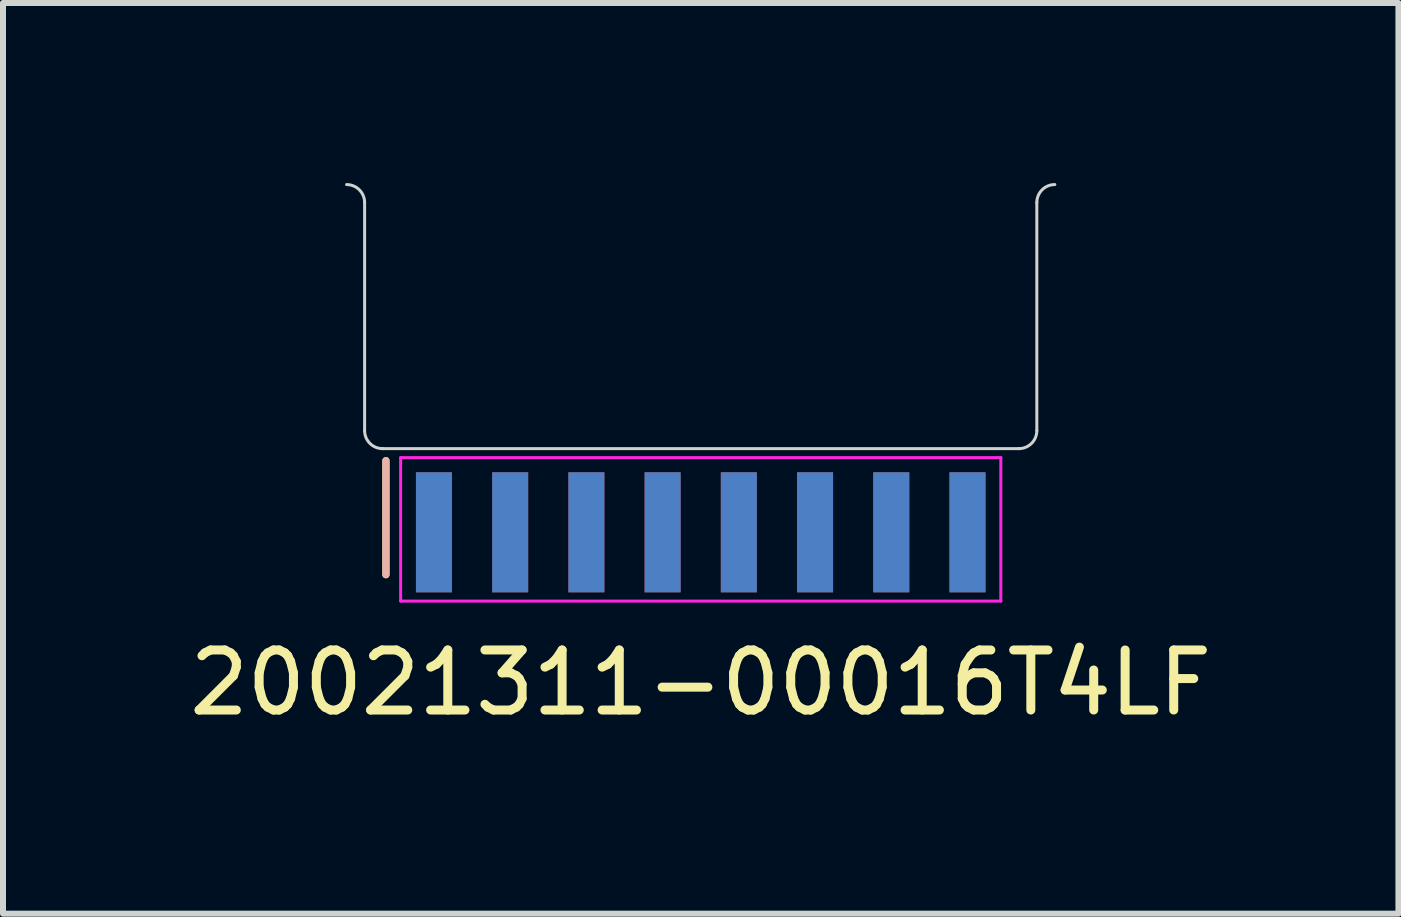
<source format=kicad_pcb>
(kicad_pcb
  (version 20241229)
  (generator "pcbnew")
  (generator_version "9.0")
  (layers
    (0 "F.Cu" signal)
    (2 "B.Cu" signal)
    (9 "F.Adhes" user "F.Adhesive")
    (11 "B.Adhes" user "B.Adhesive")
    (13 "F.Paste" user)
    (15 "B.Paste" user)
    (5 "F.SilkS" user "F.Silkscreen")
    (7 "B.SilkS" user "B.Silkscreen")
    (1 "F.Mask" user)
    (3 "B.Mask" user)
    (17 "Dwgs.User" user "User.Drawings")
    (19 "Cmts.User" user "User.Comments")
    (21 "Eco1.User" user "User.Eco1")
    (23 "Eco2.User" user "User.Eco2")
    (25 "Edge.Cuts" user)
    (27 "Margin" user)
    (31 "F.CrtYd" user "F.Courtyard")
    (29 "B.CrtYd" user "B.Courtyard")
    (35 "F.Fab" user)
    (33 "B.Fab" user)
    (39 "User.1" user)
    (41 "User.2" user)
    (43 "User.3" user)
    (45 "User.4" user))
  (footprint "20021311-00016T4LF"
    (layer "F.Cu")
    (at 8.625 4.425)
    (property "Reference" "20021311-00016T4LF" (at 0 3.9 0) (layer "F.SilkS") (effects (font (size 1 1) (thickness 0.15))))
    (attr through_hole)
    (fp_line (start -5.245 2.1) (end -5.245 0.2) (stroke (width 0.12) (type default)) (layer "F.SilkS"))
    (fp_line (start -5.245 2.1) (end -5.245 0.2) (stroke (width 0.12) (type default)) (layer "B.SilkS"))
    (fp_line (start -5.6 -0.3) (end -5.6 -4.1) (stroke (width 0.05) (type default)) (layer "Edge.Cuts"))
    (fp_line (start -5.3 0) (end 5.3 0) (stroke (width 0.05) (type default)) (layer "Edge.Cuts"))
    (fp_line (start 5.6 -0.3) (end 5.6 -4.1) (stroke (width 0.05) (type default)) (layer "Edge.Cuts"))
    (fp_arc (start -5.9 -4.4) (mid -5.687868 -4.312132) (end -5.6 -4.1) (stroke (width 0.05) (type default)) (layer "Edge.Cuts"))
    (fp_arc (start -5.3 0) (mid -5.512132 -0.087868) (end -5.6 -0.3) (stroke (width 0.05) (type default)) (layer "Edge.Cuts"))
    (fp_arc (start 5.6 -4.1) (mid 5.687868 -4.312132) (end 5.9 -4.4) (stroke (width 0.05) (type default)) (layer "Edge.Cuts"))
    (fp_arc (start 5.6 -0.3) (mid 5.512132 -0.087868) (end 5.3 0) (stroke (width 0.05) (type default)) (layer "Edge.Cuts"))
    (fp_line (start -5 0.15) (end 5 0.15) (stroke (width 0.05) (type default)) (layer "F.CrtYd"))
    (fp_line (start -5 2.54) (end -5 0.15) (stroke (width 0.05) (type default)) (layer "F.CrtYd"))
    (fp_line (start 5 0.15) (end 5 2.54) (stroke (width 0.05) (type default)) (layer "F.CrtYd"))
    (fp_line (start 5 2.54) (end -5 2.54) (stroke (width 0.05) (type default)) (layer "F.CrtYd"))
    (pad "1" smd rect (at 4.445 1.394 180) (size 0.6 2) (layers "F.Cu" "F.Mask" "F.Paste"))
    (pad "2" smd rect (at 4.445 1.394 180) (size 0.6 2) (layers "B.Cu" "B.Mask" "B.Paste"))
    (pad "3" smd rect (at 3.175 1.394 180) (size 0.6 2) (layers "F.Cu" "F.Mask" "F.Paste"))
    (pad "4" smd rect (at 3.175 1.394 180) (size 0.6 2) (layers "B.Cu" "B.Mask" "B.Paste"))
    (pad "5" smd rect (at 1.905 1.394 180) (size 0.6 2) (layers "F.Cu" "F.Mask" "F.Paste"))
    (pad "6" smd rect (at 1.905 1.394 180) (size 0.6 2) (layers "B.Cu" "B.Mask" "B.Paste"))
    (pad "7" smd rect (at 0.635 1.394 180) (size 0.6 2) (layers "F.Cu" "F.Mask" "F.Paste"))
    (pad "8" smd rect (at 0.635 1.394 180) (size 0.6 2) (layers "B.Cu" "B.Mask" "B.Paste"))
    (pad "9" smd rect (at -0.635 1.394 180) (size 0.6 2) (layers "F.Cu" "F.Mask" "F.Paste"))
    (pad "10" smd rect (at -0.635 1.394 180) (size 0.6 2) (layers "B.Cu" "B.Mask" "B.Paste"))
    (pad "11" smd rect (at -1.905 1.394 180) (size 0.6 2) (layers "F.Cu" "F.Mask" "F.Paste"))
    (pad "12" smd rect (at -1.905 1.394 180) (size 0.6 2) (layers "B.Cu" "B.Mask" "B.Paste"))
    (pad "13" smd rect (at -3.175 1.394 180) (size 0.6 2) (layers "F.Cu" "F.Mask" "F.Paste"))
    (pad "14" smd rect (at -3.175 1.394 180) (size 0.6 2) (layers "B.Cu" "B.Mask" "B.Paste"))
    (pad "15" smd rect (at -4.445 1.394 180) (size 0.6 2) (layers "F.Cu" "F.Mask" "F.Paste"))
    (pad "16" smd rect (at -4.445 1.394 180) (size 0.6 2) (layers "B.Cu" "B.Mask" "B.Paste")))
  (gr_rect
    (start -3 -3)
    (end 20.25 12.173)
    (stroke (width 0.1) (type default))
    (fill no)
    (layer "Edge.Cuts")))
</source>
